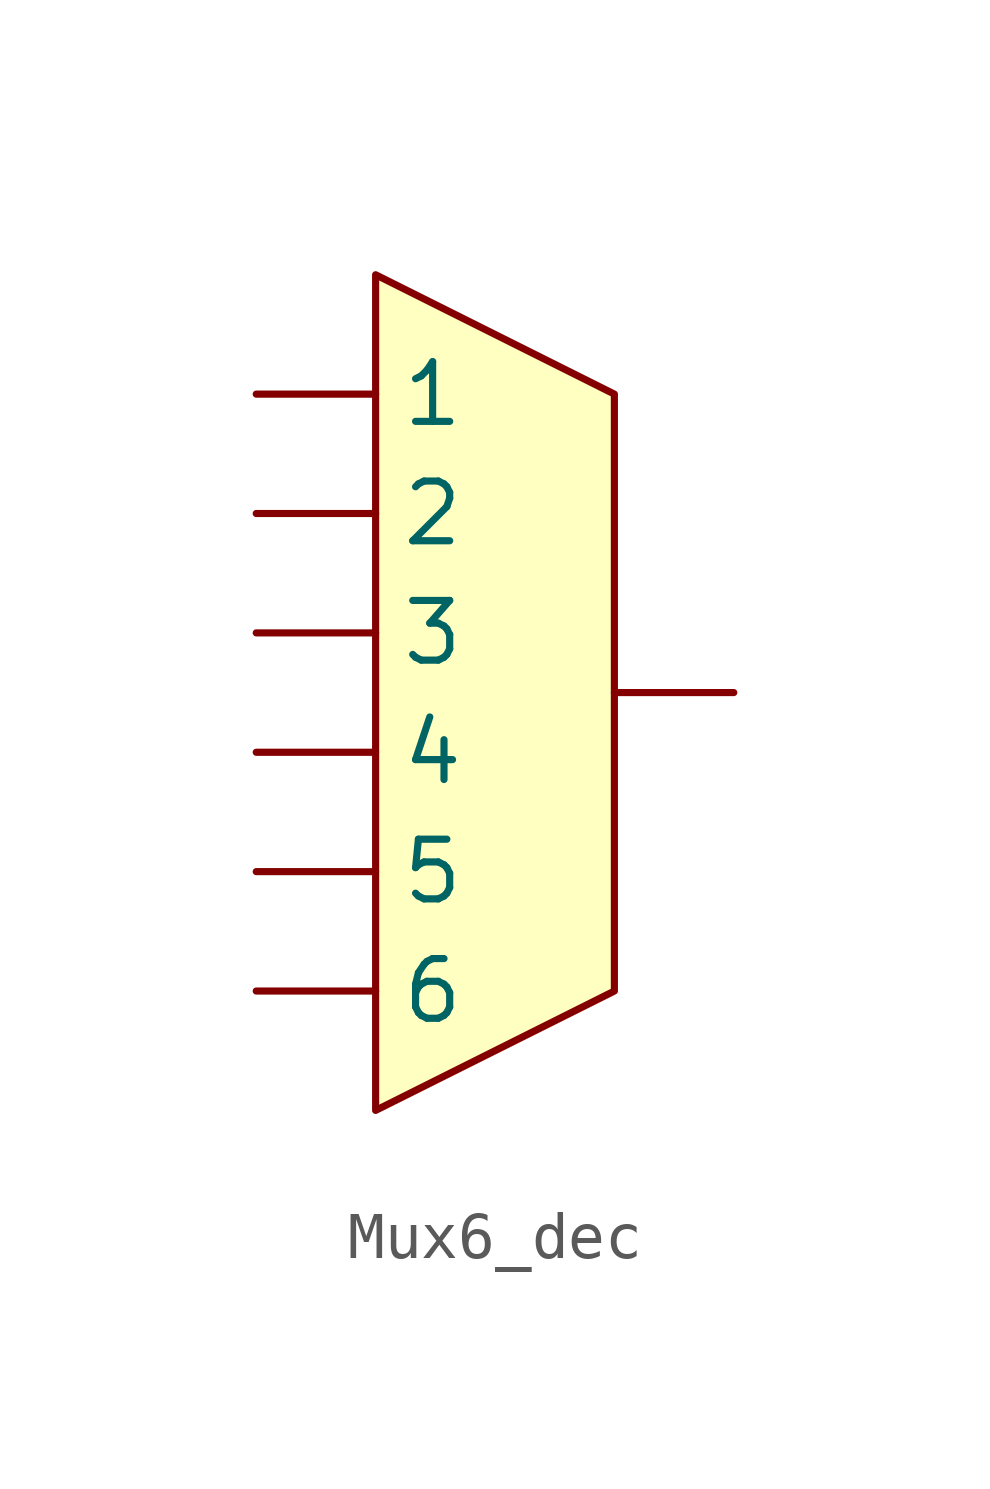
<source format=kicad_sym>
(kicad_symbol_lib
  (version 20211014)
  (generator kicad_symbol_editor)
  (symbol "Mux6_dec"
    (property "Reference" "U"
      (at 0 -8.89 0)
      (effects (font (size 1.27 1.27)) hide))
    (symbol "Mux6_dec_0_1"
      (polyline (pts (xy -2.54 8.89) (xy -2.54 -8.89) (xy 2.54 -6.35) (xy 2.54 6.35) (xy -2.54 8.89)) (stroke (width 0.152) (type default) (color 0 0 0 0)) (fill (type background))))
    (symbol "Mux6_dec_1_1"
      (pin input line (at -5.08 6.35 0) (length 2.54) (name "1" (effects (font (size 1.27 1.27)))) (number "" (effects (font (size 1.27 1.27)))))
      (pin input line (at -5.08 3.81 0) (length 2.54) (name "2" (effects (font (size 1.27 1.27)))) (number "" (effects (font (size 1.27 1.27)))))
      (pin input line (at -5.08 1.27 0) (length 2.54) (name "3" (effects (font (size 1.27 1.27)))) (number "" (effects (font (size 1.27 1.27)))))
      (pin input line (at -5.08 -1.27 0) (length 2.54) (name "4" (effects (font (size 1.27 1.27)))) (number "" (effects (font (size 1.27 1.27)))))
      (pin input line (at -5.08 -3.81 0) (length 2.54) (name "5" (effects (font (size 1.27 1.27)))) (number "" (effects (font (size 1.27 1.27)))))
      (pin input line (at -5.08 -6.35 0) (length 2.54) (name "6" (effects (font (size 1.27 1.27)))) (number "" (effects (font (size 1.27 1.27)))))
      (pin output line (at 5.08 0 180) (length 2.54) (name "~" (effects (font (size 1.27 1.27)))) (number "" (effects (font (size 1.27 1.27))))))))
</source>
